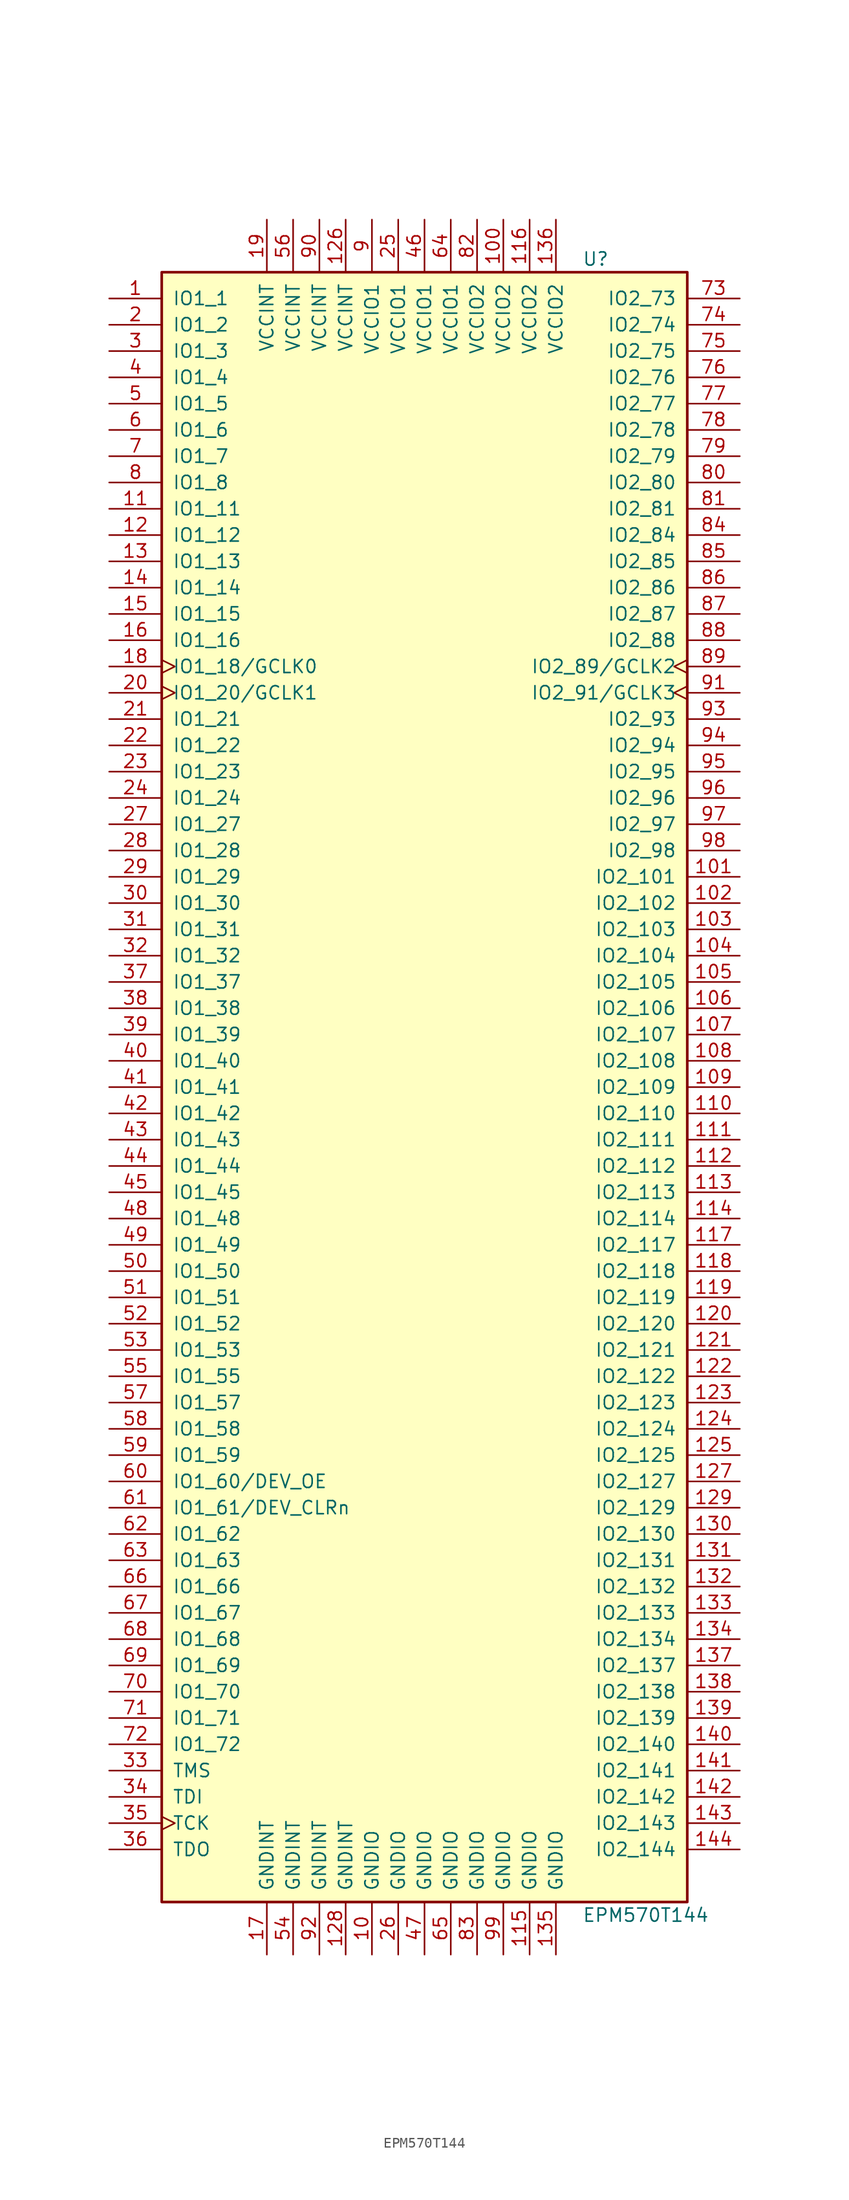
<source format=kicad_sym>
(kicad_symbol_lib
  (version 20211014)
  (generator kicad_symbol_editor)
  (symbol "EPM570T144"
    (pin_names
      (offset 1.016))
    (property "Reference" "U"
      (at 15.24 80.01 0)
      (effects (font (size 1.27 1.27)) (justify left)))
    (property "Value" "EPM570T144"
      (at 15.24 -80.01 0)
      (effects (font (size 1.27 1.27)) (justify left)))
    (property "ki_locked" ""
      (at 0 0 0)
      (effects (font (size 1.27 1.27))))
    (symbol "EPM570T144_1_1"
      (rectangle (start -25.4 78.74) (end 25.4 -78.74) (stroke (width 0.254) (type default) (color 0 0 0 0)) (fill (type background)))
      (pin bidirectional line (at -30.48 76.2 0) (length 5.08) (name "IO1_1" (effects (font (size 1.27 1.27)))) (number "1" (effects (font (size 1.27 1.27)))))
      (pin power_in line (at -5.08 -83.82 90) (length 5.08) (name "GNDIO" (effects (font (size 1.27 1.27)))) (number "10" (effects (font (size 1.27 1.27)))))
      (pin power_in line (at 7.62 83.82 270) (length 5.08) (name "VCCIO2" (effects (font (size 1.27 1.27)))) (number "100" (effects (font (size 1.27 1.27)))))
      (pin bidirectional line (at 30.48 20.32 180) (length 5.08) (name "IO2_101" (effects (font (size 1.27 1.27)))) (number "101" (effects (font (size 1.27 1.27)))))
      (pin bidirectional line (at 30.48 17.78 180) (length 5.08) (name "IO2_102" (effects (font (size 1.27 1.27)))) (number "102" (effects (font (size 1.27 1.27)))))
      (pin bidirectional line (at 30.48 15.24 180) (length 5.08) (name "IO2_103" (effects (font (size 1.27 1.27)))) (number "103" (effects (font (size 1.27 1.27)))))
      (pin bidirectional line (at 30.48 12.7 180) (length 5.08) (name "IO2_104" (effects (font (size 1.27 1.27)))) (number "104" (effects (font (size 1.27 1.27)))))
      (pin bidirectional line (at 30.48 10.16 180) (length 5.08) (name "IO2_105" (effects (font (size 1.27 1.27)))) (number "105" (effects (font (size 1.27 1.27)))))
      (pin bidirectional line (at 30.48 7.62 180) (length 5.08) (name "IO2_106" (effects (font (size 1.27 1.27)))) (number "106" (effects (font (size 1.27 1.27)))))
      (pin bidirectional line (at 30.48 5.08 180) (length 5.08) (name "IO2_107" (effects (font (size 1.27 1.27)))) (number "107" (effects (font (size 1.27 1.27)))))
      (pin bidirectional line (at 30.48 2.54 180) (length 5.08) (name "IO2_108" (effects (font (size 1.27 1.27)))) (number "108" (effects (font (size 1.27 1.27)))))
      (pin bidirectional line (at 30.48 0 180) (length 5.08) (name "IO2_109" (effects (font (size 1.27 1.27)))) (number "109" (effects (font (size 1.27 1.27)))))
      (pin bidirectional line (at -30.48 55.88 0) (length 5.08) (name "IO1_11" (effects (font (size 1.27 1.27)))) (number "11" (effects (font (size 1.27 1.27)))))
      (pin bidirectional line (at 30.48 -2.54 180) (length 5.08) (name "IO2_110" (effects (font (size 1.27 1.27)))) (number "110" (effects (font (size 1.27 1.27)))))
      (pin bidirectional line (at 30.48 -5.08 180) (length 5.08) (name "IO2_111" (effects (font (size 1.27 1.27)))) (number "111" (effects (font (size 1.27 1.27)))))
      (pin bidirectional line (at 30.48 -7.62 180) (length 5.08) (name "IO2_112" (effects (font (size 1.27 1.27)))) (number "112" (effects (font (size 1.27 1.27)))))
      (pin bidirectional line (at 30.48 -10.16 180) (length 5.08) (name "IO2_113" (effects (font (size 1.27 1.27)))) (number "113" (effects (font (size 1.27 1.27)))))
      (pin bidirectional line (at 30.48 -12.7 180) (length 5.08) (name "IO2_114" (effects (font (size 1.27 1.27)))) (number "114" (effects (font (size 1.27 1.27)))))
      (pin power_in line (at 10.16 -83.82 90) (length 5.08) (name "GNDIO" (effects (font (size 1.27 1.27)))) (number "115" (effects (font (size 1.27 1.27)))))
      (pin power_in line (at 10.16 83.82 270) (length 5.08) (name "VCCIO2" (effects (font (size 1.27 1.27)))) (number "116" (effects (font (size 1.27 1.27)))))
      (pin bidirectional line (at 30.48 -15.24 180) (length 5.08) (name "IO2_117" (effects (font (size 1.27 1.27)))) (number "117" (effects (font (size 1.27 1.27)))))
      (pin bidirectional line (at 30.48 -17.78 180) (length 5.08) (name "IO2_118" (effects (font (size 1.27 1.27)))) (number "118" (effects (font (size 1.27 1.27)))))
      (pin bidirectional line (at 30.48 -20.32 180) (length 5.08) (name "IO2_119" (effects (font (size 1.27 1.27)))) (number "119" (effects (font (size 1.27 1.27)))))
      (pin bidirectional line (at -30.48 53.34 0) (length 5.08) (name "IO1_12" (effects (font (size 1.27 1.27)))) (number "12" (effects (font (size 1.27 1.27)))))
      (pin bidirectional line (at 30.48 -22.86 180) (length 5.08) (name "IO2_120" (effects (font (size 1.27 1.27)))) (number "120" (effects (font (size 1.27 1.27)))))
      (pin bidirectional line (at 30.48 -25.4 180) (length 5.08) (name "IO2_121" (effects (font (size 1.27 1.27)))) (number "121" (effects (font (size 1.27 1.27)))))
      (pin bidirectional line (at 30.48 -27.94 180) (length 5.08) (name "IO2_122" (effects (font (size 1.27 1.27)))) (number "122" (effects (font (size 1.27 1.27)))))
      (pin bidirectional line (at 30.48 -30.48 180) (length 5.08) (name "IO2_123" (effects (font (size 1.27 1.27)))) (number "123" (effects (font (size 1.27 1.27)))))
      (pin bidirectional line (at 30.48 -33.02 180) (length 5.08) (name "IO2_124" (effects (font (size 1.27 1.27)))) (number "124" (effects (font (size 1.27 1.27)))))
      (pin bidirectional line (at 30.48 -35.56 180) (length 5.08) (name "IO2_125" (effects (font (size 1.27 1.27)))) (number "125" (effects (font (size 1.27 1.27)))))
      (pin power_in line (at -7.62 83.82 270) (length 5.08) (name "VCCINT" (effects (font (size 1.27 1.27)))) (number "126" (effects (font (size 1.27 1.27)))))
      (pin bidirectional line (at 30.48 -38.1 180) (length 5.08) (name "IO2_127" (effects (font (size 1.27 1.27)))) (number "127" (effects (font (size 1.27 1.27)))))
      (pin power_in line (at -7.62 -83.82 90) (length 5.08) (name "GNDINT" (effects (font (size 1.27 1.27)))) (number "128" (effects (font (size 1.27 1.27)))))
      (pin bidirectional line (at 30.48 -40.64 180) (length 5.08) (name "IO2_129" (effects (font (size 1.27 1.27)))) (number "129" (effects (font (size 1.27 1.27)))))
      (pin bidirectional line (at -30.48 50.8 0) (length 5.08) (name "IO1_13" (effects (font (size 1.27 1.27)))) (number "13" (effects (font (size 1.27 1.27)))))
      (pin bidirectional line (at 30.48 -43.18 180) (length 5.08) (name "IO2_130" (effects (font (size 1.27 1.27)))) (number "130" (effects (font (size 1.27 1.27)))))
      (pin bidirectional line (at 30.48 -45.72 180) (length 5.08) (name "IO2_131" (effects (font (size 1.27 1.27)))) (number "131" (effects (font (size 1.27 1.27)))))
      (pin bidirectional line (at 30.48 -48.26 180) (length 5.08) (name "IO2_132" (effects (font (size 1.27 1.27)))) (number "132" (effects (font (size 1.27 1.27)))))
      (pin bidirectional line (at 30.48 -50.8 180) (length 5.08) (name "IO2_133" (effects (font (size 1.27 1.27)))) (number "133" (effects (font (size 1.27 1.27)))))
      (pin bidirectional line (at 30.48 -53.34 180) (length 5.08) (name "IO2_134" (effects (font (size 1.27 1.27)))) (number "134" (effects (font (size 1.27 1.27)))))
      (pin power_in line (at 12.7 -83.82 90) (length 5.08) (name "GNDIO" (effects (font (size 1.27 1.27)))) (number "135" (effects (font (size 1.27 1.27)))))
      (pin power_in line (at 12.7 83.82 270) (length 5.08) (name "VCCIO2" (effects (font (size 1.27 1.27)))) (number "136" (effects (font (size 1.27 1.27)))))
      (pin bidirectional line (at 30.48 -55.88 180) (length 5.08) (name "IO2_137" (effects (font (size 1.27 1.27)))) (number "137" (effects (font (size 1.27 1.27)))))
      (pin bidirectional line (at 30.48 -58.42 180) (length 5.08) (name "IO2_138" (effects (font (size 1.27 1.27)))) (number "138" (effects (font (size 1.27 1.27)))))
      (pin bidirectional line (at 30.48 -60.96 180) (length 5.08) (name "IO2_139" (effects (font (size 1.27 1.27)))) (number "139" (effects (font (size 1.27 1.27)))))
      (pin bidirectional line (at -30.48 48.26 0) (length 5.08) (name "IO1_14" (effects (font (size 1.27 1.27)))) (number "14" (effects (font (size 1.27 1.27)))))
      (pin bidirectional line (at 30.48 -63.5 180) (length 5.08) (name "IO2_140" (effects (font (size 1.27 1.27)))) (number "140" (effects (font (size 1.27 1.27)))))
      (pin bidirectional line (at 30.48 -66.04 180) (length 5.08) (name "IO2_141" (effects (font (size 1.27 1.27)))) (number "141" (effects (font (size 1.27 1.27)))))
      (pin bidirectional line (at 30.48 -68.58 180) (length 5.08) (name "IO2_142" (effects (font (size 1.27 1.27)))) (number "142" (effects (font (size 1.27 1.27)))))
      (pin bidirectional line (at 30.48 -71.12 180) (length 5.08) (name "IO2_143" (effects (font (size 1.27 1.27)))) (number "143" (effects (font (size 1.27 1.27)))))
      (pin bidirectional line (at 30.48 -73.66 180) (length 5.08) (name "IO2_144" (effects (font (size 1.27 1.27)))) (number "144" (effects (font (size 1.27 1.27)))))
      (pin bidirectional line (at -30.48 45.72 0) (length 5.08) (name "IO1_15" (effects (font (size 1.27 1.27)))) (number "15" (effects (font (size 1.27 1.27)))))
      (pin bidirectional line (at -30.48 43.18 0) (length 5.08) (name "IO1_16" (effects (font (size 1.27 1.27)))) (number "16" (effects (font (size 1.27 1.27)))))
      (pin power_in line (at -15.24 -83.82 90) (length 5.08) (name "GNDINT" (effects (font (size 1.27 1.27)))) (number "17" (effects (font (size 1.27 1.27)))))
      (pin bidirectional clock (at -30.48 40.64 0) (length 5.08) (name "IO1_18/GCLK0" (effects (font (size 1.27 1.27)))) (number "18" (effects (font (size 1.27 1.27)))))
      (pin power_in line (at -15.24 83.82 270) (length 5.08) (name "VCCINT" (effects (font (size 1.27 1.27)))) (number "19" (effects (font (size 1.27 1.27)))))
      (pin bidirectional line (at -30.48 73.66 0) (length 5.08) (name "IO1_2" (effects (font (size 1.27 1.27)))) (number "2" (effects (font (size 1.27 1.27)))))
      (pin bidirectional clock (at -30.48 38.1 0) (length 5.08) (name "IO1_20/GCLK1" (effects (font (size 1.27 1.27)))) (number "20" (effects (font (size 1.27 1.27)))))
      (pin bidirectional line (at -30.48 35.56 0) (length 5.08) (name "IO1_21" (effects (font (size 1.27 1.27)))) (number "21" (effects (font (size 1.27 1.27)))))
      (pin bidirectional line (at -30.48 33.02 0) (length 5.08) (name "IO1_22" (effects (font (size 1.27 1.27)))) (number "22" (effects (font (size 1.27 1.27)))))
      (pin bidirectional line (at -30.48 30.48 0) (length 5.08) (name "IO1_23" (effects (font (size 1.27 1.27)))) (number "23" (effects (font (size 1.27 1.27)))))
      (pin bidirectional line (at -30.48 27.94 0) (length 5.08) (name "IO1_24" (effects (font (size 1.27 1.27)))) (number "24" (effects (font (size 1.27 1.27)))))
      (pin power_in line (at -2.54 83.82 270) (length 5.08) (name "VCCIO1" (effects (font (size 1.27 1.27)))) (number "25" (effects (font (size 1.27 1.27)))))
      (pin power_in line (at -2.54 -83.82 90) (length 5.08) (name "GNDIO" (effects (font (size 1.27 1.27)))) (number "26" (effects (font (size 1.27 1.27)))))
      (pin bidirectional line (at -30.48 25.4 0) (length 5.08) (name "IO1_27" (effects (font (size 1.27 1.27)))) (number "27" (effects (font (size 1.27 1.27)))))
      (pin bidirectional line (at -30.48 22.86 0) (length 5.08) (name "IO1_28" (effects (font (size 1.27 1.27)))) (number "28" (effects (font (size 1.27 1.27)))))
      (pin bidirectional line (at -30.48 20.32 0) (length 5.08) (name "IO1_29" (effects (font (size 1.27 1.27)))) (number "29" (effects (font (size 1.27 1.27)))))
      (pin bidirectional line (at -30.48 71.12 0) (length 5.08) (name "IO1_3" (effects (font (size 1.27 1.27)))) (number "3" (effects (font (size 1.27 1.27)))))
      (pin bidirectional line (at -30.48 17.78 0) (length 5.08) (name "IO1_30" (effects (font (size 1.27 1.27)))) (number "30" (effects (font (size 1.27 1.27)))))
      (pin bidirectional line (at -30.48 15.24 0) (length 5.08) (name "IO1_31" (effects (font (size 1.27 1.27)))) (number "31" (effects (font (size 1.27 1.27)))))
      (pin bidirectional line (at -30.48 12.7 0) (length 5.08) (name "IO1_32" (effects (font (size 1.27 1.27)))) (number "32" (effects (font (size 1.27 1.27)))))
      (pin input line (at -30.48 -66.04 0) (length 5.08) (name "TMS" (effects (font (size 1.27 1.27)))) (number "33" (effects (font (size 1.27 1.27)))))
      (pin input line (at -30.48 -68.58 0) (length 5.08) (name "TDI" (effects (font (size 1.27 1.27)))) (number "34" (effects (font (size 1.27 1.27)))))
      (pin input clock (at -30.48 -71.12 0) (length 5.08) (name "TCK" (effects (font (size 1.27 1.27)))) (number "35" (effects (font (size 1.27 1.27)))))
      (pin output line (at -30.48 -73.66 0) (length 5.08) (name "TDO" (effects (font (size 1.27 1.27)))) (number "36" (effects (font (size 1.27 1.27)))))
      (pin bidirectional line (at -30.48 10.16 0) (length 5.08) (name "IO1_37" (effects (font (size 1.27 1.27)))) (number "37" (effects (font (size 1.27 1.27)))))
      (pin bidirectional line (at -30.48 7.62 0) (length 5.08) (name "IO1_38" (effects (font (size 1.27 1.27)))) (number "38" (effects (font (size 1.27 1.27)))))
      (pin bidirectional line (at -30.48 5.08 0) (length 5.08) (name "IO1_39" (effects (font (size 1.27 1.27)))) (number "39" (effects (font (size 1.27 1.27)))))
      (pin bidirectional line (at -30.48 68.58 0) (length 5.08) (name "IO1_4" (effects (font (size 1.27 1.27)))) (number "4" (effects (font (size 1.27 1.27)))))
      (pin bidirectional line (at -30.48 2.54 0) (length 5.08) (name "IO1_40" (effects (font (size 1.27 1.27)))) (number "40" (effects (font (size 1.27 1.27)))))
      (pin bidirectional line (at -30.48 0 0) (length 5.08) (name "IO1_41" (effects (font (size 1.27 1.27)))) (number "41" (effects (font (size 1.27 1.27)))))
      (pin bidirectional line (at -30.48 -2.54 0) (length 5.08) (name "IO1_42" (effects (font (size 1.27 1.27)))) (number "42" (effects (font (size 1.27 1.27)))))
      (pin bidirectional line (at -30.48 -5.08 0) (length 5.08) (name "IO1_43" (effects (font (size 1.27 1.27)))) (number "43" (effects (font (size 1.27 1.27)))))
      (pin bidirectional line (at -30.48 -7.62 0) (length 5.08) (name "IO1_44" (effects (font (size 1.27 1.27)))) (number "44" (effects (font (size 1.27 1.27)))))
      (pin bidirectional line (at -30.48 -10.16 0) (length 5.08) (name "IO1_45" (effects (font (size 1.27 1.27)))) (number "45" (effects (font (size 1.27 1.27)))))
      (pin power_in line (at 0 83.82 270) (length 5.08) (name "VCCIO1" (effects (font (size 1.27 1.27)))) (number "46" (effects (font (size 1.27 1.27)))))
      (pin power_in line (at 0 -83.82 90) (length 5.08) (name "GNDIO" (effects (font (size 1.27 1.27)))) (number "47" (effects (font (size 1.27 1.27)))))
      (pin bidirectional line (at -30.48 -12.7 0) (length 5.08) (name "IO1_48" (effects (font (size 1.27 1.27)))) (number "48" (effects (font (size 1.27 1.27)))))
      (pin bidirectional line (at -30.48 -15.24 0) (length 5.08) (name "IO1_49" (effects (font (size 1.27 1.27)))) (number "49" (effects (font (size 1.27 1.27)))))
      (pin bidirectional line (at -30.48 66.04 0) (length 5.08) (name "IO1_5" (effects (font (size 1.27 1.27)))) (number "5" (effects (font (size 1.27 1.27)))))
      (pin bidirectional line (at -30.48 -17.78 0) (length 5.08) (name "IO1_50" (effects (font (size 1.27 1.27)))) (number "50" (effects (font (size 1.27 1.27)))))
      (pin bidirectional line (at -30.48 -20.32 0) (length 5.08) (name "IO1_51" (effects (font (size 1.27 1.27)))) (number "51" (effects (font (size 1.27 1.27)))))
      (pin bidirectional line (at -30.48 -22.86 0) (length 5.08) (name "IO1_52" (effects (font (size 1.27 1.27)))) (number "52" (effects (font (size 1.27 1.27)))))
      (pin bidirectional line (at -30.48 -25.4 0) (length 5.08) (name "IO1_53" (effects (font (size 1.27 1.27)))) (number "53" (effects (font (size 1.27 1.27)))))
      (pin power_in line (at -12.7 -83.82 90) (length 5.08) (name "GNDINT" (effects (font (size 1.27 1.27)))) (number "54" (effects (font (size 1.27 1.27)))))
      (pin bidirectional line (at -30.48 -27.94 0) (length 5.08) (name "IO1_55" (effects (font (size 1.27 1.27)))) (number "55" (effects (font (size 1.27 1.27)))))
      (pin power_in line (at -12.7 83.82 270) (length 5.08) (name "VCCINT" (effects (font (size 1.27 1.27)))) (number "56" (effects (font (size 1.27 1.27)))))
      (pin bidirectional line (at -30.48 -30.48 0) (length 5.08) (name "IO1_57" (effects (font (size 1.27 1.27)))) (number "57" (effects (font (size 1.27 1.27)))))
      (pin bidirectional line (at -30.48 -33.02 0) (length 5.08) (name "IO1_58" (effects (font (size 1.27 1.27)))) (number "58" (effects (font (size 1.27 1.27)))))
      (pin bidirectional line (at -30.48 -35.56 0) (length 5.08) (name "IO1_59" (effects (font (size 1.27 1.27)))) (number "59" (effects (font (size 1.27 1.27)))))
      (pin bidirectional line (at -30.48 63.5 0) (length 5.08) (name "IO1_6" (effects (font (size 1.27 1.27)))) (number "6" (effects (font (size 1.27 1.27)))))
      (pin bidirectional line (at -30.48 -38.1 0) (length 5.08) (name "IO1_60/DEV_OE" (effects (font (size 1.27 1.27)))) (number "60" (effects (font (size 1.27 1.27)))))
      (pin bidirectional line (at -30.48 -40.64 0) (length 5.08) (name "IO1_61/DEV_CLRn" (effects (font (size 1.27 1.27)))) (number "61" (effects (font (size 1.27 1.27)))))
      (pin bidirectional line (at -30.48 -43.18 0) (length 5.08) (name "IO1_62" (effects (font (size 1.27 1.27)))) (number "62" (effects (font (size 1.27 1.27)))))
      (pin bidirectional line (at -30.48 -45.72 0) (length 5.08) (name "IO1_63" (effects (font (size 1.27 1.27)))) (number "63" (effects (font (size 1.27 1.27)))))
      (pin power_in line (at 2.54 83.82 270) (length 5.08) (name "VCCIO1" (effects (font (size 1.27 1.27)))) (number "64" (effects (font (size 1.27 1.27)))))
      (pin power_in line (at 2.54 -83.82 90) (length 5.08) (name "GNDIO" (effects (font (size 1.27 1.27)))) (number "65" (effects (font (size 1.27 1.27)))))
      (pin bidirectional line (at -30.48 -48.26 0) (length 5.08) (name "IO1_66" (effects (font (size 1.27 1.27)))) (number "66" (effects (font (size 1.27 1.27)))))
      (pin bidirectional line (at -30.48 -50.8 0) (length 5.08) (name "IO1_67" (effects (font (size 1.27 1.27)))) (number "67" (effects (font (size 1.27 1.27)))))
      (pin bidirectional line (at -30.48 -53.34 0) (length 5.08) (name "IO1_68" (effects (font (size 1.27 1.27)))) (number "68" (effects (font (size 1.27 1.27)))))
      (pin bidirectional line (at -30.48 -55.88 0) (length 5.08) (name "IO1_69" (effects (font (size 1.27 1.27)))) (number "69" (effects (font (size 1.27 1.27)))))
      (pin bidirectional line (at -30.48 60.96 0) (length 5.08) (name "IO1_7" (effects (font (size 1.27 1.27)))) (number "7" (effects (font (size 1.27 1.27)))))
      (pin bidirectional line (at -30.48 -58.42 0) (length 5.08) (name "IO1_70" (effects (font (size 1.27 1.27)))) (number "70" (effects (font (size 1.27 1.27)))))
      (pin bidirectional line (at -30.48 -60.96 0) (length 5.08) (name "IO1_71" (effects (font (size 1.27 1.27)))) (number "71" (effects (font (size 1.27 1.27)))))
      (pin bidirectional line (at -30.48 -63.5 0) (length 5.08) (name "IO1_72" (effects (font (size 1.27 1.27)))) (number "72" (effects (font (size 1.27 1.27)))))
      (pin bidirectional line (at 30.48 76.2 180) (length 5.08) (name "IO2_73" (effects (font (size 1.27 1.27)))) (number "73" (effects (font (size 1.27 1.27)))))
      (pin bidirectional line (at 30.48 73.66 180) (length 5.08) (name "IO2_74" (effects (font (size 1.27 1.27)))) (number "74" (effects (font (size 1.27 1.27)))))
      (pin bidirectional line (at 30.48 71.12 180) (length 5.08) (name "IO2_75" (effects (font (size 1.27 1.27)))) (number "75" (effects (font (size 1.27 1.27)))))
      (pin bidirectional line (at 30.48 68.58 180) (length 5.08) (name "IO2_76" (effects (font (size 1.27 1.27)))) (number "76" (effects (font (size 1.27 1.27)))))
      (pin bidirectional line (at 30.48 66.04 180) (length 5.08) (name "IO2_77" (effects (font (size 1.27 1.27)))) (number "77" (effects (font (size 1.27 1.27)))))
      (pin bidirectional line (at 30.48 63.5 180) (length 5.08) (name "IO2_78" (effects (font (size 1.27 1.27)))) (number "78" (effects (font (size 1.27 1.27)))))
      (pin bidirectional line (at 30.48 60.96 180) (length 5.08) (name "IO2_79" (effects (font (size 1.27 1.27)))) (number "79" (effects (font (size 1.27 1.27)))))
      (pin bidirectional line (at -30.48 58.42 0) (length 5.08) (name "IO1_8" (effects (font (size 1.27 1.27)))) (number "8" (effects (font (size 1.27 1.27)))))
      (pin bidirectional line (at 30.48 58.42 180) (length 5.08) (name "IO2_80" (effects (font (size 1.27 1.27)))) (number "80" (effects (font (size 1.27 1.27)))))
      (pin bidirectional line (at 30.48 55.88 180) (length 5.08) (name "IO2_81" (effects (font (size 1.27 1.27)))) (number "81" (effects (font (size 1.27 1.27)))))
      (pin power_in line (at 5.08 83.82 270) (length 5.08) (name "VCCIO2" (effects (font (size 1.27 1.27)))) (number "82" (effects (font (size 1.27 1.27)))))
      (pin power_in line (at 5.08 -83.82 90) (length 5.08) (name "GNDIO" (effects (font (size 1.27 1.27)))) (number "83" (effects (font (size 1.27 1.27)))))
      (pin bidirectional line (at 30.48 53.34 180) (length 5.08) (name "IO2_84" (effects (font (size 1.27 1.27)))) (number "84" (effects (font (size 1.27 1.27)))))
      (pin bidirectional line (at 30.48 50.8 180) (length 5.08) (name "IO2_85" (effects (font (size 1.27 1.27)))) (number "85" (effects (font (size 1.27 1.27)))))
      (pin bidirectional line (at 30.48 48.26 180) (length 5.08) (name "IO2_86" (effects (font (size 1.27 1.27)))) (number "86" (effects (font (size 1.27 1.27)))))
      (pin bidirectional line (at 30.48 45.72 180) (length 5.08) (name "IO2_87" (effects (font (size 1.27 1.27)))) (number "87" (effects (font (size 1.27 1.27)))))
      (pin bidirectional line (at 30.48 43.18 180) (length 5.08) (name "IO2_88" (effects (font (size 1.27 1.27)))) (number "88" (effects (font (size 1.27 1.27)))))
      (pin bidirectional clock (at 30.48 40.64 180) (length 5.08) (name "IO2_89/GCLK2" (effects (font (size 1.27 1.27)))) (number "89" (effects (font (size 1.27 1.27)))))
      (pin power_in line (at -5.08 83.82 270) (length 5.08) (name "VCCIO1" (effects (font (size 1.27 1.27)))) (number "9" (effects (font (size 1.27 1.27)))))
      (pin power_in line (at -10.16 83.82 270) (length 5.08) (name "VCCINT" (effects (font (size 1.27 1.27)))) (number "90" (effects (font (size 1.27 1.27)))))
      (pin bidirectional clock (at 30.48 38.1 180) (length 5.08) (name "IO2_91/GCLK3" (effects (font (size 1.27 1.27)))) (number "91" (effects (font (size 1.27 1.27)))))
      (pin power_in line (at -10.16 -83.82 90) (length 5.08) (name "GNDINT" (effects (font (size 1.27 1.27)))) (number "92" (effects (font (size 1.27 1.27)))))
      (pin bidirectional line (at 30.48 35.56 180) (length 5.08) (name "IO2_93" (effects (font (size 1.27 1.27)))) (number "93" (effects (font (size 1.27 1.27)))))
      (pin bidirectional line (at 30.48 33.02 180) (length 5.08) (name "IO2_94" (effects (font (size 1.27 1.27)))) (number "94" (effects (font (size 1.27 1.27)))))
      (pin bidirectional line (at 30.48 30.48 180) (length 5.08) (name "IO2_95" (effects (font (size 1.27 1.27)))) (number "95" (effects (font (size 1.27 1.27)))))
      (pin bidirectional line (at 30.48 27.94 180) (length 5.08) (name "IO2_96" (effects (font (size 1.27 1.27)))) (number "96" (effects (font (size 1.27 1.27)))))
      (pin bidirectional line (at 30.48 25.4 180) (length 5.08) (name "IO2_97" (effects (font (size 1.27 1.27)))) (number "97" (effects (font (size 1.27 1.27)))))
      (pin bidirectional line (at 30.48 22.86 180) (length 5.08) (name "IO2_98" (effects (font (size 1.27 1.27)))) (number "98" (effects (font (size 1.27 1.27)))))
      (pin power_in line (at 7.62 -83.82 90) (length 5.08) (name "GNDIO" (effects (font (size 1.27 1.27)))) (number "99" (effects (font (size 1.27 1.27))))))))
</source>
